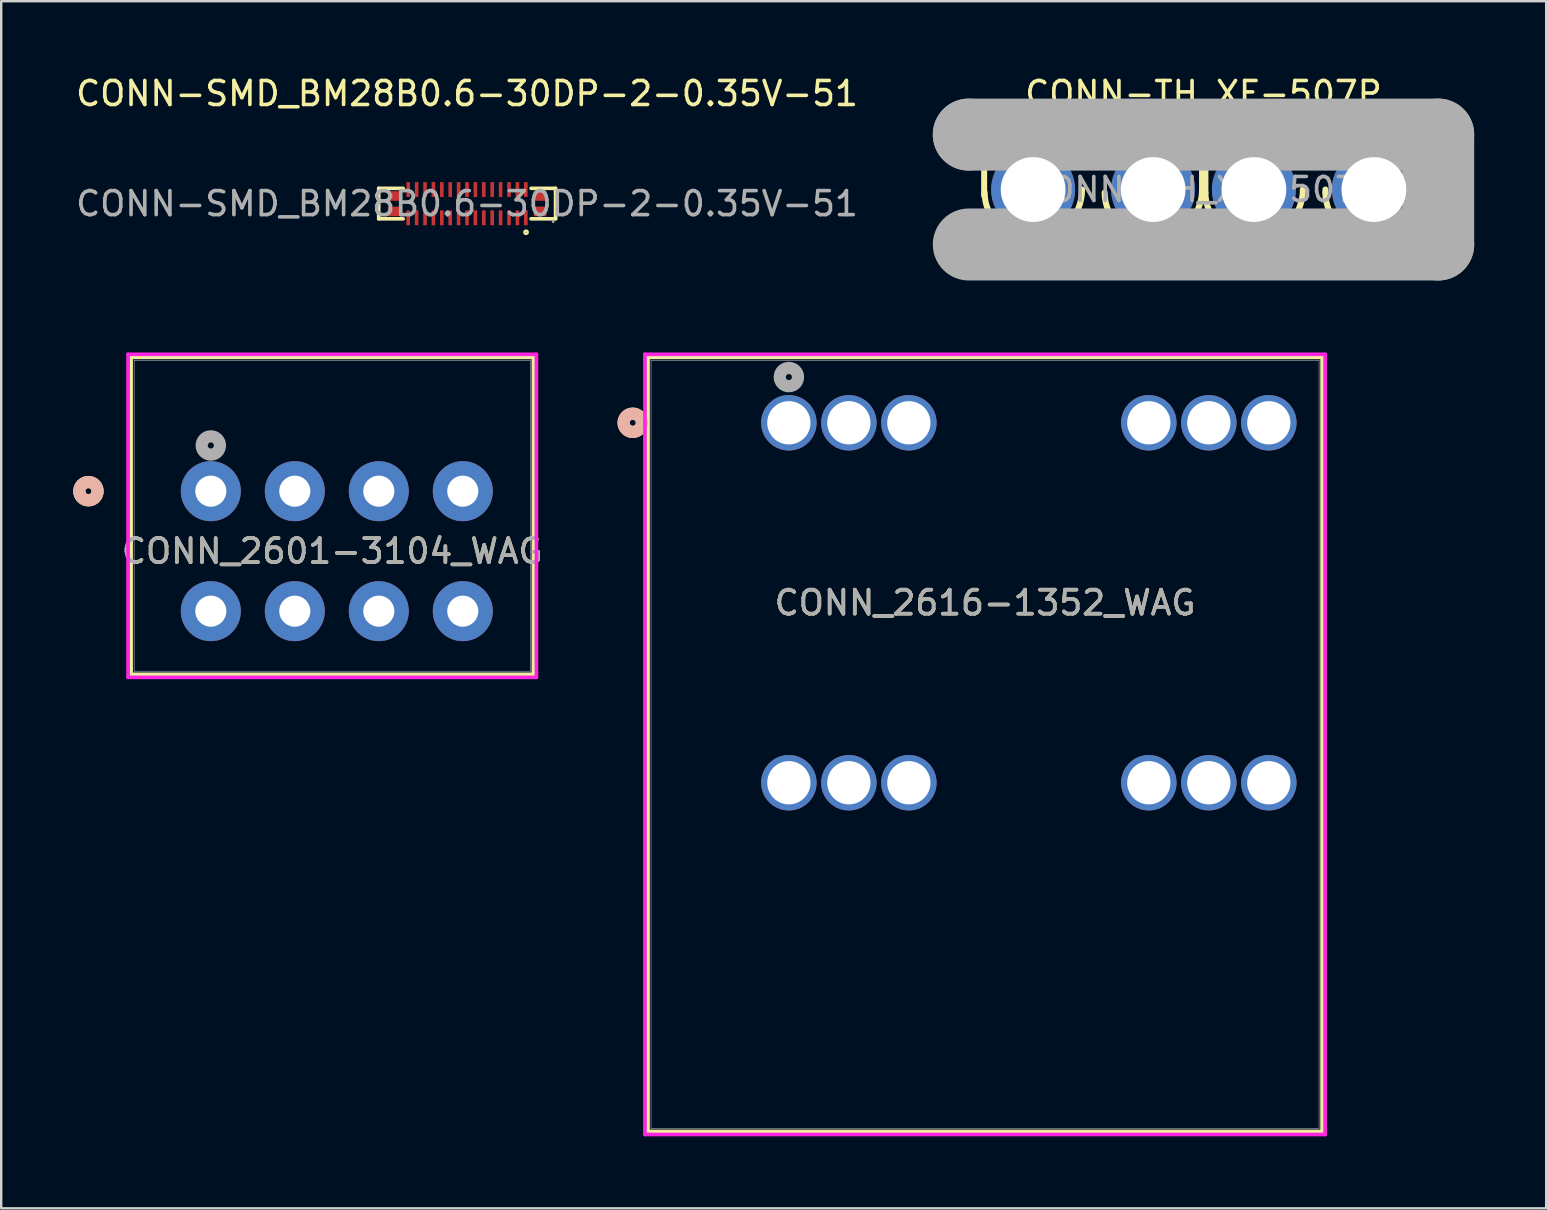
<source format=kicad_pcb>
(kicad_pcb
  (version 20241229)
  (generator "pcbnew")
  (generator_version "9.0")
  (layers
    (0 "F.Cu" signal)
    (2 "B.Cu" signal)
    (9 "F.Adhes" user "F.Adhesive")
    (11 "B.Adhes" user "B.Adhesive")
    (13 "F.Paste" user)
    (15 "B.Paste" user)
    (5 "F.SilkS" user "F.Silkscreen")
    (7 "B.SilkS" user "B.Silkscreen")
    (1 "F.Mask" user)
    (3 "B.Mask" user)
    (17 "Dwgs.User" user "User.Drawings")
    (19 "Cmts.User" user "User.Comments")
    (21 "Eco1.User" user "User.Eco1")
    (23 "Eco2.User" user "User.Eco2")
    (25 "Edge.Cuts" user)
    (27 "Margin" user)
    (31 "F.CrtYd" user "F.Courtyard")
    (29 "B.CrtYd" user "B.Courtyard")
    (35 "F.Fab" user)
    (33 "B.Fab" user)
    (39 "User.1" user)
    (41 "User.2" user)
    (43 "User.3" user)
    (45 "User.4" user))
  (footprint "CONN-SMD_BM28B0.6-30DP-2-0.35V-51"
    (layer "F.Cu")
    (at 16.411 5.438)
    (property "Reference" "CONN-SMD_BM28B0.6-30DP-2-0.35V-51" (at 0 -4.59 0) (layer "F.SilkS") (effects (font (size 1 1) (thickness 0.15))))
    (attr smd)
    (fp_line (start -3.68 -0.64) (end -2.66 -0.64) (stroke (width 0.15) (type solid)) (layer "F.SilkS"))
    (fp_line (start -3.68 0.63) (end -3.68 -0.64) (stroke (width 0.15) (type solid)) (layer "F.SilkS"))
    (fp_line (start -2.66 0.63) (end -3.68 0.63) (stroke (width 0.15) (type solid)) (layer "F.SilkS"))
    (fp_line (start 2.67 -0.64) (end 3.69 -0.64) (stroke (width 0.15) (type solid)) (layer "F.SilkS"))
    (fp_line (start 3.69 -0.64) (end 3.69 0.63) (stroke (width 0.15) (type solid)) (layer "F.SilkS"))
    (fp_line (start 3.69 0.63) (end 2.67 0.63) (stroke (width 0.15) (type solid)) (layer "F.SilkS"))
    (fp_circle (center 2.46 1.19) (end 2.53 1.19) (stroke (width 0.1) (type solid)) (fill no) (layer "F.SilkS"))
    (fp_circle (center 3.59 0.75) (end 3.62 0.75) (stroke (width 0.06) (type solid)) (fill no) (layer "F.Fab"))
    (fp_text user "${REFERENCE}" (at 0 0 0) (layer "F.Fab") (effects (font (size 1 1) (thickness 0.15))))
    (pad "1" smd rect (at 2.45 0.59) (size 0.15 0.62) (layers "F.Cu" "F.Mask" "F.Paste"))
    (pad "2" smd rect (at 2.1 0.59) (size 0.15 0.62) (layers "F.Cu" "F.Mask" "F.Paste"))
    (pad "3" smd rect (at 1.75 0.59) (size 0.15 0.62) (layers "F.Cu" "F.Mask" "F.Paste"))
    (pad "4" smd rect (at 1.4 0.59) (size 0.15 0.62) (layers "F.Cu" "F.Mask" "F.Paste"))
    (pad "5" smd rect (at 1.05 0.59) (size 0.15 0.62) (layers "F.Cu" "F.Mask" "F.Paste"))
    (pad "6" smd rect (at 0.7 0.59) (size 0.15 0.62) (layers "F.Cu" "F.Mask" "F.Paste"))
    (pad "7" smd rect (at 0.35 0.59) (size 0.15 0.62) (layers "F.Cu" "F.Mask" "F.Paste"))
    (pad "8" smd rect (at 0 0.59) (size 0.15 0.62) (layers "F.Cu" "F.Mask" "F.Paste"))
    (pad "9" smd rect (at -0.35 0.59) (size 0.15 0.62) (layers "F.Cu" "F.Mask" "F.Paste"))
    (pad "10" smd rect (at -0.7 0.59) (size 0.15 0.62) (layers "F.Cu" "F.Mask" "F.Paste"))
    (pad "11" smd rect (at -1.05 0.59) (size 0.15 0.62) (layers "F.Cu" "F.Mask" "F.Paste"))
    (pad "12" smd rect (at -1.4 0.59) (size 0.15 0.62) (layers "F.Cu" "F.Mask" "F.Paste"))
    (pad "13" smd rect (at -1.75 0.59) (size 0.15 0.62) (layers "F.Cu" "F.Mask" "F.Paste"))
    (pad "14" smd rect (at -2.1 0.59) (size 0.15 0.62) (layers "F.Cu" "F.Mask" "F.Paste"))
    (pad "15" smd rect (at -2.45 0.59) (size 0.15 0.62) (layers "F.Cu" "F.Mask" "F.Paste"))
    (pad "16" smd rect (at -2.45 -0.59) (size 0.15 0.62) (layers "F.Cu" "F.Mask" "F.Paste"))
    (pad "17" smd rect (at -2.1 -0.59) (size 0.15 0.62) (layers "F.Cu" "F.Mask" "F.Paste"))
    (pad "18" smd rect (at -1.75 -0.59) (size 0.15 0.62) (layers "F.Cu" "F.Mask" "F.Paste"))
    (pad "19" smd rect (at -1.4 -0.59) (size 0.15 0.62) (layers "F.Cu" "F.Mask" "F.Paste"))
    (pad "20" smd rect (at -1.05 -0.59) (size 0.15 0.62) (layers "F.Cu" "F.Mask" "F.Paste"))
    (pad "21" smd rect (at -0.7 -0.59) (size 0.15 0.62) (layers "F.Cu" "F.Mask" "F.Paste"))
    (pad "22" smd rect (at -0.35 -0.59) (size 0.15 0.62) (layers "F.Cu" "F.Mask" "F.Paste"))
    (pad "23" smd rect (at 0 -0.59) (size 0.15 0.62) (layers "F.Cu" "F.Mask" "F.Paste"))
    (pad "24" smd rect (at 0.35 -0.59) (size 0.15 0.62) (layers "F.Cu" "F.Mask" "F.Paste"))
    (pad "25" smd rect (at 0.7 -0.59) (size 0.15 0.62) (layers "F.Cu" "F.Mask" "F.Paste"))
    (pad "26" smd rect (at 1.05 -0.59) (size 0.15 0.62) (layers "F.Cu" "F.Mask" "F.Paste"))
    (pad "27" smd rect (at 1.4 -0.59) (size 0.15 0.62) (layers "F.Cu" "F.Mask" "F.Paste"))
    (pad "28" smd rect (at 1.75 -0.59) (size 0.15 0.62) (layers "F.Cu" "F.Mask" "F.Paste"))
    (pad "29" smd rect (at 2.1 -0.59) (size 0.15 0.62) (layers "F.Cu" "F.Mask" "F.Paste"))
    (pad "30" smd rect (at 2.45 -0.59) (size 0.15 0.62) (layers "F.Cu" "F.Mask" "F.Paste"))
    (pad "31" smd rect (at -3.04 -0.32) (size 0.52 0.4) (layers "F.Cu" "F.Mask" "F.Paste"))
    (pad "32" smd rect (at -3.04 0.32) (size 0.52 0.4) (layers "F.Cu" "F.Mask" "F.Paste"))
    (pad "33" smd rect (at 3.04 0.32) (size 0.52 0.4) (layers "F.Cu" "F.Mask" "F.Paste"))
    (pad "34" smd rect (at 3.04 -0.32) (size 0.52 0.4) (layers "F.Cu" "F.Mask" "F.Paste")))
  (footprint "CONN-TH_XF-507P"
    (layer "F.Cu")
    (at 47.101 4.848)
    (property "Reference" "CONN-TH_XF-507P" (at 0 -4 0) (layer "F.SilkS") (effects (font (size 1 1) (thickness 0.15))))
    (attr through_hole)
    (fp_line (start -9.14 -1.91) (end -9.14 0.25) (stroke (width 0.25) (type solid)) (layer "F.SilkS"))
    (fp_line (start -7.64 -1.91) (end -9.14 -1.91) (stroke (width 0.25) (type solid)) (layer "F.SilkS"))
    (fp_line (start -2.64 -1.91) (end -6.56 -1.91) (stroke (width 0.25) (type solid)) (layer "F.SilkS"))
    (fp_line (start -0.06 -1.91) (end -1.56 -1.91) (stroke (width 0.25) (type solid)) (layer "F.SilkS"))
    (fp_line (start -0.06 0) (end -0.06 -1.91) (stroke (width 0.25) (type solid)) (layer "F.SilkS"))
    (fp_line (start 0.08 -1.91) (end 1.56 -1.91) (stroke (width 0.25) (type solid)) (layer "F.SilkS"))
    (fp_line (start 0.08 -1.52) (end 0.08 -1.91) (stroke (width 0.25) (type solid)) (layer "F.SilkS"))
    (fp_line (start 0.08 0.13) (end 0.08 -1.52) (stroke (width 0.25) (type solid)) (layer "F.SilkS"))
    (fp_line (start 2.64 -1.91) (end 6.56 -1.91) (stroke (width 0.25) (type solid)) (layer "F.SilkS"))
    (fp_line (start 5.08 0) (end 5.08 0.13) (stroke (width 0.25) (type solid)) (layer "F.SilkS"))
    (fp_line (start 6.98 2.03) (end 7.11 2.03) (stroke (width 0.25) (type solid)) (layer "F.SilkS"))
    (fp_line (start 7.64 -1.91) (end 9.14 -1.91) (stroke (width 0.25) (type solid)) (layer "F.SilkS"))
    (fp_line (start 9.14 -1.91) (end 9.14 0) (stroke (width 0.25) (type solid)) (layer "F.SilkS"))
    (fp_arc (start -7.21 2.03) (mid -8.557033 1.474105) (end -9.119974 0.130001) (stroke (width 0.25) (type solid)) (layer "F.SilkS"))
    (fp_arc (start -5.06 0) (mid -5.654573 1.435427) (end -7.09 2.03) (stroke (width 0.25) (type solid)) (layer "F.SilkS"))
    (fp_arc (start -2.21 2.03) (mid -3.557033 1.474105) (end -4.119974 0.130001) (stroke (width 0.25) (type solid)) (layer "F.SilkS"))
    (fp_arc (start -0.06 0) (mid -0.654573 1.435427) (end -2.09 2.03) (stroke (width 0.25) (type solid)) (layer "F.SilkS"))
    (fp_arc (start 1.98 2.03) (mid 0.639408 1.470593) (end 0.08 0.130002) (stroke (width 0.25) (type solid)) (layer "F.SilkS"))
    (fp_arc (start 4.14 0) (mid 3.545427 1.435427) (end 2.11 2.03) (stroke (width 0.25) (type solid)) (layer "F.SilkS"))
    (fp_arc (start 6.98 2.03) (mid 5.639408 1.470593) (end 5.08 0.130002) (stroke (width 0.25) (type solid)) (layer "F.SilkS"))
    (fp_arc (start 9.14 0) (mid 8.545427 1.435427) (end 7.11 2.03) (stroke (width 0.25) (type solid)) (layer "F.SilkS"))
    (fp_line (start -9.78 -2.29) (end -9.78 -2.29) (stroke (width 3) (type solid)) (layer "F.Fab"))
    (fp_line (start -9.78 -2.29) (end 9.78 -2.29) (stroke (width 3) (type solid)) (layer "F.Fab"))
    (fp_line (start 9.78 -2.29) (end 9.78 2.29) (stroke (width 3) (type solid)) (layer "F.Fab"))
    (fp_line (start 9.78 2.29) (end -9.78 2.29) (stroke (width 3) (type solid)) (layer "F.Fab"))
    (fp_circle (center -9.75 2.25) (end -9.72 2.25) (stroke (width 0.06) (type solid)) (fill no) (layer "F.Fab"))
    (fp_text user "${REFERENCE}" (at 0 0 0) (layer "F.Fab") (effects (font (size 1 1) (thickness 0.15))))
    (pad "1" thru_hole circle (at -7.1 0) (size 3.5 3.5) (drill 2.7) (layers "*.Cu" "*.Paste" "*.Mask"))
    (pad "2" thru_hole circle (at -2.1 0) (size 3.5 3.5) (drill 2.7) (layers "*.Cu" "*.Paste" "*.Mask"))
    (pad "3" thru_hole circle (at 2.1 0) (size 3.5 3.5) (drill 2.7) (layers "*.Cu" "*.Paste" "*.Mask"))
    (pad "4" thru_hole circle (at 7.1 0 180) (size 3.5 3.5) (drill 2.7) (layers "*.Cu" "*.Paste" "*.Mask")))
  (footprint "CONN_2601-3104_WAG"
    (layer "F.Cu")
    (at 5.735 17.418)
    (property "Reference" "CONN_2601-3104_WAG" (at 5.06 2.5 0) (unlocked yes) (layer "F.SilkS") (effects (font (size 1 1) (thickness 0.15))))
    (attr through_hole)
    (fp_line (start -3.322 -5.577) (end -3.322 7.631) (stroke (width 0.152) (type solid)) (layer "F.SilkS"))
    (fp_line (start -3.322 7.631) (end 13.442 7.631) (stroke (width 0.152) (type solid)) (layer "F.SilkS"))
    (fp_line (start 13.442 -5.577) (end -3.322 -5.577) (stroke (width 0.152) (type solid)) (layer "F.SilkS"))
    (fp_line (start 13.442 7.631) (end 13.442 -5.577) (stroke (width 0.152) (type solid)) (layer "F.SilkS"))
    (fp_circle (center -5.1 0) (end -4.719 0) (stroke (width 0.508) (type solid)) (fill no) (layer "F.SilkS"))
    (fp_circle (center -5.1 0) (end -4.719 0) (stroke (width 0.508) (type solid)) (fill no) (layer "B.SilkS"))
    (fp_line (start -3.449 -5.704) (end -3.449 7.758) (stroke (width 0.152) (type solid)) (layer "F.CrtYd"))
    (fp_line (start -3.449 7.758) (end 13.569 7.758) (stroke (width 0.152) (type solid)) (layer "F.CrtYd"))
    (fp_line (start 13.569 -5.704) (end -3.449 -5.704) (stroke (width 0.152) (type solid)) (layer "F.CrtYd"))
    (fp_line (start 13.569 7.758) (end 13.569 -5.704) (stroke (width 0.152) (type solid)) (layer "F.CrtYd"))
    (fp_line (start -3.195 -5.45) (end -3.195 7.504) (stroke (width 0.025) (type solid)) (layer "F.Fab"))
    (fp_line (start -3.195 7.504) (end 13.315 7.504) (stroke (width 0.025) (type solid)) (layer "F.Fab"))
    (fp_line (start 13.315 -5.45) (end -3.195 -5.45) (stroke (width 0.025) (type solid)) (layer "F.Fab"))
    (fp_line (start 13.315 7.504) (end 13.315 -5.45) (stroke (width 0.025) (type solid)) (layer "F.Fab"))
    (fp_circle (center 0 -1.905) (end 0.381 -1.905) (stroke (width 0.508) (type solid)) (fill no) (layer "F.Fab"))
    (fp_text user "${REFERENCE}" (at 5.06 2.5 0) (unlocked yes) (layer "F.Fab") (effects (font (size 1 1) (thickness 0.15))))
    (pad "1_1" thru_hole circle (at 0 0) (size 2.5 2.5) (drill 1.295) (layers "*.Cu" "*.Mask"))
    (pad "1_2" thru_hole circle (at 0 5) (size 2.5 2.5) (drill 1.295) (layers "*.Cu" "*.Mask"))
    (pad "2_1" thru_hole circle (at 3.5 0) (size 2.5 2.5) (drill 1.295) (layers "*.Cu" "*.Mask"))
    (pad "2_2" thru_hole circle (at 3.5 5) (size 2.5 2.5) (drill 1.295) (layers "*.Cu" "*.Mask"))
    (pad "3_1" thru_hole circle (at 7 0) (size 2.5 2.5) (drill 1.295) (layers "*.Cu" "*.Mask"))
    (pad "3_2" thru_hole circle (at 7 5) (size 2.5 2.5) (drill 1.295) (layers "*.Cu" "*.Mask"))
    (pad "4_1" thru_hole circle (at 10.5 0) (size 2.5 2.5) (drill 1.295) (layers "*.Cu" "*.Mask"))
    (pad "4_2" thru_hole circle (at 10.5 5) (size 2.5 2.5) (drill 1.295) (layers "*.Cu" "*.Mask")))
  (footprint "CONN_2616-1352_WAG"
    (layer "F.Cu")
    (at 29.823 14.568)
    (property "Reference" "CONN_2616-1352_WAG" (at 8.175 7.5 0) (unlocked yes) (layer "F.SilkS") (effects (font (size 1 1) (thickness 0.15))))
    (attr through_hole)
    (fp_line (start -5.871 -2.727) (end -5.871 29.531) (stroke (width 0.152) (type solid)) (layer "F.SilkS"))
    (fp_line (start -5.871 29.531) (end 22.221 29.531) (stroke (width 0.152) (type solid)) (layer "F.SilkS"))
    (fp_line (start 22.221 -2.727) (end -5.871 -2.727) (stroke (width 0.152) (type solid)) (layer "F.SilkS"))
    (fp_line (start 22.221 29.531) (end 22.221 -2.727) (stroke (width 0.152) (type solid)) (layer "F.SilkS"))
    (fp_circle (center -6.506 0) (end -6.125 0) (stroke (width 0.508) (type solid)) (fill no) (layer "F.SilkS"))
    (fp_circle (center -6.506 0) (end -6.125 0) (stroke (width 0.508) (type solid)) (fill no) (layer "B.SilkS"))
    (fp_line (start -5.998 -2.854) (end -5.998 29.658) (stroke (width 0.152) (type solid)) (layer "F.CrtYd"))
    (fp_line (start -5.998 29.658) (end 22.348 29.658) (stroke (width 0.152) (type solid)) (layer "F.CrtYd"))
    (fp_line (start 22.348 -2.854) (end -5.998 -2.854) (stroke (width 0.152) (type solid)) (layer "F.CrtYd"))
    (fp_line (start 22.348 29.658) (end 22.348 -2.854) (stroke (width 0.152) (type solid)) (layer "F.CrtYd"))
    (fp_line (start -5.744 -2.6) (end -5.744 29.404) (stroke (width 0.025) (type solid)) (layer "F.Fab"))
    (fp_line (start -5.744 29.404) (end 22.094 29.404) (stroke (width 0.025) (type solid)) (layer "F.Fab"))
    (fp_line (start 22.094 -2.6) (end -5.744 -2.6) (stroke (width 0.025) (type solid)) (layer "F.Fab"))
    (fp_line (start 22.094 29.404) (end 22.094 -2.6) (stroke (width 0.025) (type solid)) (layer "F.Fab"))
    (fp_circle (center 0 -1.905) (end 0.381 -1.905) (stroke (width 0.508) (type solid)) (fill no) (layer "F.Fab"))
    (fp_text user "${REFERENCE}" (at 8.175 7.5 0) (unlocked yes) (layer "F.Fab") (effects (font (size 1 1) (thickness 0.15))))
    (pad "1_1" thru_hole circle (at 0 0) (size 2.311 2.311) (drill 1.803) (layers "*.Cu" "*.Mask"))
    (pad "1_2" thru_hole circle (at 2.5 0) (size 2.311 2.311) (drill 1.803) (layers "*.Cu" "*.Mask"))
    (pad "1_3" thru_hole circle (at 5 0) (size 2.311 2.311) (drill 1.803) (layers "*.Cu" "*.Mask"))
    (pad "1_4" thru_hole circle (at 0 15) (size 2.311 2.311) (drill 1.803) (layers "*.Cu" "*.Mask"))
    (pad "1_5" thru_hole circle (at 2.5 15) (size 2.311 2.311) (drill 1.803) (layers "*.Cu" "*.Mask"))
    (pad "1_6" thru_hole circle (at 5 15) (size 2.311 2.311) (drill 1.803) (layers "*.Cu" "*.Mask"))
    (pad "2_1" thru_hole circle (at 15 0) (size 2.311 2.311) (drill 1.803) (layers "*.Cu" "*.Mask"))
    (pad "2_2" thru_hole circle (at 17.5 0) (size 2.311 2.311) (drill 1.803) (layers "*.Cu" "*.Mask"))
    (pad "2_3" thru_hole circle (at 20 0) (size 2.311 2.311) (drill 1.803) (layers "*.Cu" "*.Mask"))
    (pad "2_4" thru_hole circle (at 15 15) (size 2.311 2.311) (drill 1.803) (layers "*.Cu" "*.Mask"))
    (pad "2_5" thru_hole circle (at 17.5 15) (size 2.311 2.311) (drill 1.803) (layers "*.Cu" "*.Mask"))
    (pad "2_6" thru_hole circle (at 20 15) (size 2.311 2.311) (drill 1.803) (layers "*.Cu" "*.Mask")))
  (gr_rect
    (start -3 -3)
    (end 61.381 47.303)
    (stroke (width 0.1) (type default))
    (fill no)
    (layer "Edge.Cuts")))
</source>
